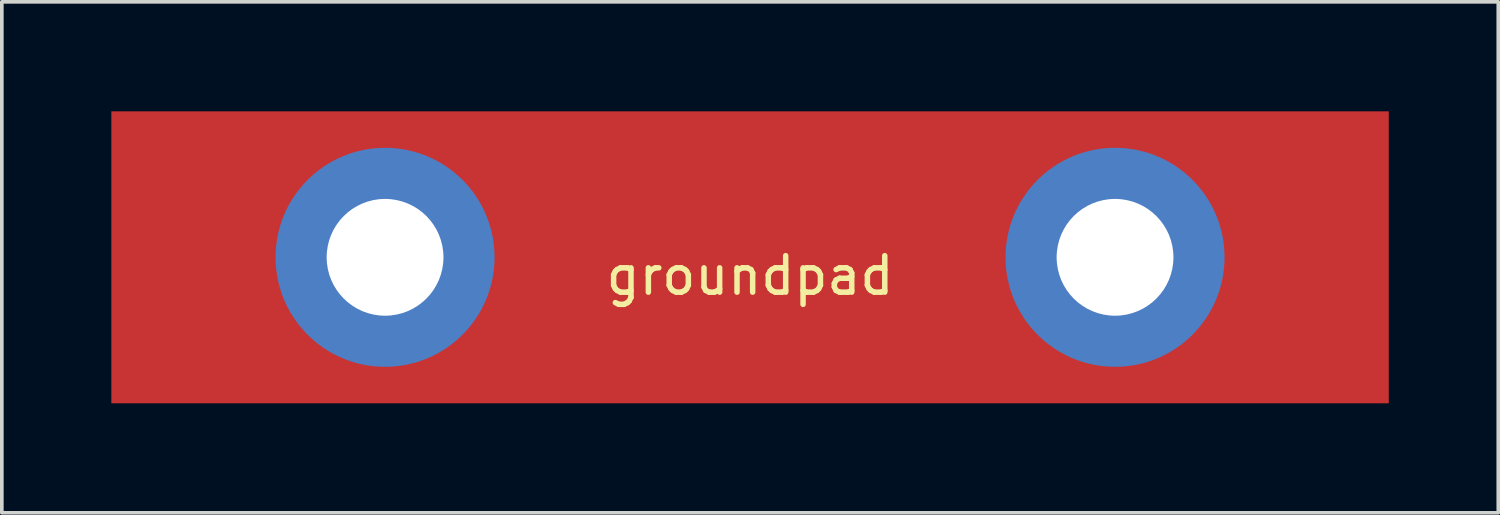
<source format=kicad_pcb>
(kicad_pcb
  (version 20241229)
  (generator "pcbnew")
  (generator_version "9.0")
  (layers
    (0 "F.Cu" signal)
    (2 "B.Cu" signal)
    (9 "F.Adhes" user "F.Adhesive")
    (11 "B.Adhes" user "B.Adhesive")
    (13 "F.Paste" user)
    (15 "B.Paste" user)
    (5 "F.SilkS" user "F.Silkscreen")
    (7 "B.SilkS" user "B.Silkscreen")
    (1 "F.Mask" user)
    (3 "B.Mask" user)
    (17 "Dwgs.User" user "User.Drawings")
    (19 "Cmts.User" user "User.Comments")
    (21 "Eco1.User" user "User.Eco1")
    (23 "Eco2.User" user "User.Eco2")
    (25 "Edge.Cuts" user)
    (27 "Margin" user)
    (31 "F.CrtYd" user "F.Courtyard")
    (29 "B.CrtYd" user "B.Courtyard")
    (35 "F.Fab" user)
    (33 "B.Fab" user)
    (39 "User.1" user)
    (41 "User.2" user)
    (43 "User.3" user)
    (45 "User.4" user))
  (footprint "groundpad"
    (layer "F.Cu")
    (at 17.5 4)
    (property "Reference" "groundpad" (at 0 0.5 0) (layer "F.SilkS") (effects (font (size 1 1) (thickness 0.15))))
    (attr through_hole)
    (pad "1" thru_hole circle (at -10 0) (size 6 6) (drill 3.2) (layers "*.Cu" "*.Mask"))
    (pad "1" smd rect (at 0 0) (size 35 8) (layers "F.Cu" "F.Mask" "F.Paste"))
    (pad "1" thru_hole circle (at 10 0) (size 6 6) (drill 3.2) (layers "*.Cu" "*.Mask")))
  (gr_rect
    (start -3 -3)
    (end 38 11)
    (stroke (width 0.1) (type default))
    (fill no)
    (layer "Edge.Cuts")))
</source>
